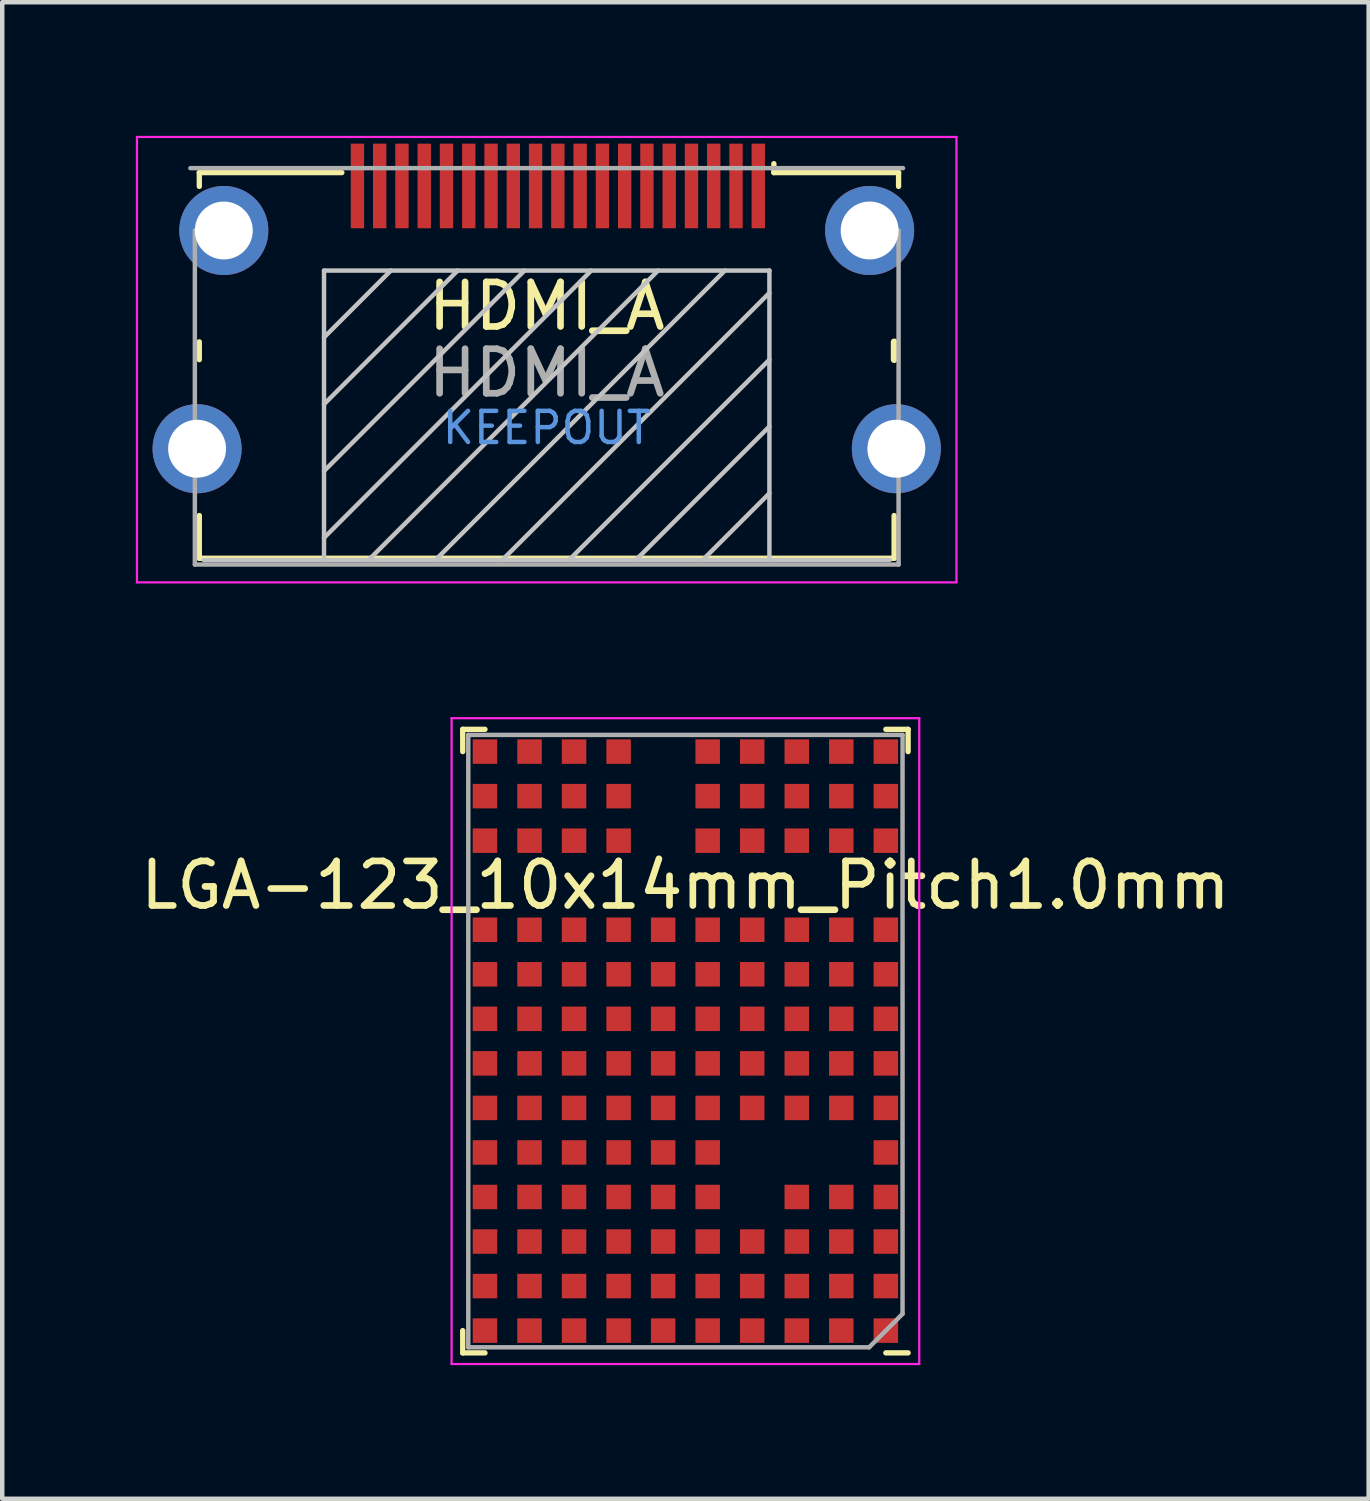
<source format=kicad_pcb>
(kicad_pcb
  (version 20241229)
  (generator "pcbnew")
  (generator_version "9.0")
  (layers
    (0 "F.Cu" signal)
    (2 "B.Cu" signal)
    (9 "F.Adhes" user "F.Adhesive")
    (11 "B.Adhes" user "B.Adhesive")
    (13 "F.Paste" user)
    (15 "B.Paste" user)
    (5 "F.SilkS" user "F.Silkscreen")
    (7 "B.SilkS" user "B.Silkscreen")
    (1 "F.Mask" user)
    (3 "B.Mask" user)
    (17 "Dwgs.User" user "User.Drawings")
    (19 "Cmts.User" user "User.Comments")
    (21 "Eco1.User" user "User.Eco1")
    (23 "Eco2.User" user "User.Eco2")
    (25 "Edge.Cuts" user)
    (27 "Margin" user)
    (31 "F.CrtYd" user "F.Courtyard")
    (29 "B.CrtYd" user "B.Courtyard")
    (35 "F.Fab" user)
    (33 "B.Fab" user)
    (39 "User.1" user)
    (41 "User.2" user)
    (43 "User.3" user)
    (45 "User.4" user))
  (footprint "LGA-123_10x14mm_Pitch1.0mm"
    (layer "F.Cu")
    (at 12.339 20.325)
    (property "Reference" "LGA-123_10x14mm_Pitch1.0mm" (at 0 -3.5 0) (layer "F.SilkS") (effects (font (size 1 1) (thickness 0.15))))
    (attr smd)
    (fp_line (start -5 -7) (end -5 -6.5) (stroke (width 0.12) (type solid)) (layer "F.SilkS"))
    (fp_line (start -5 7) (end -5 6.5) (stroke (width 0.12) (type solid)) (layer "F.SilkS"))
    (fp_line (start -4.5 -7) (end -5 -7) (stroke (width 0.12) (type solid)) (layer "F.SilkS"))
    (fp_line (start -4.5 7) (end -5 7) (stroke (width 0.12) (type solid)) (layer "F.SilkS"))
    (fp_line (start 4.5 -7) (end 5 -7) (stroke (width 0.12) (type solid)) (layer "F.SilkS"))
    (fp_line (start 5 -7) (end 5 -6.5) (stroke (width 0.12) (type solid)) (layer "F.SilkS"))
    (fp_line (start 5 7) (end 4.5 7) (stroke (width 0.12) (type solid)) (layer "F.SilkS"))
    (fp_line (start -5.25 -7.25) (end 5.25 -7.25) (stroke (width 0.05) (type solid)) (layer "F.CrtYd"))
    (fp_line (start -5.25 7.25) (end -5.25 -7.25) (stroke (width 0.05) (type solid)) (layer "F.CrtYd"))
    (fp_line (start 5.25 -7.25) (end 5.25 7.25) (stroke (width 0.05) (type solid)) (layer "F.CrtYd"))
    (fp_line (start 5.25 7.25) (end -5.25 7.25) (stroke (width 0.05) (type solid)) (layer "F.CrtYd"))
    (fp_line (start -4.875 6.875) (end -4.875 -6.875) (stroke (width 0.1) (type solid)) (layer "F.Fab"))
    (fp_line (start -4.875 6.875) (end 4.125 6.875) (stroke (width 0.1) (type solid)) (layer "F.Fab"))
    (fp_line (start 4.125 6.875) (end 4.875 6.125) (stroke (width 0.1) (type solid)) (layer "F.Fab"))
    (fp_line (start 4.875 -6.875) (end -4.875 -6.875) (stroke (width 0.1) (type solid)) (layer "F.Fab"))
    (fp_line (start 4.875 -6.875) (end 4.875 6.125) (stroke (width 0.1) (type solid)) (layer "F.Fab"))
    (pad "A1" smd rect (at 4.5 6.5) (size 0.55 0.55) (layers "F.Cu" "F.Mask" "F.Paste"))
    (pad "A2" smd rect (at 4.5 5.5) (size 0.55 0.55) (layers "F.Cu" "F.Mask" "F.Paste"))
    (pad "A3" smd rect (at 4.5 4.5) (size 0.55 0.55) (layers "F.Cu" "F.Mask" "F.Paste"))
    (pad "A4" smd rect (at 4.5 3.5) (size 0.55 0.55) (layers "F.Cu" "F.Mask" "F.Paste"))
    (pad "A5" smd rect (at 4.5 2.5) (size 0.55 0.55) (layers "F.Cu" "F.Mask" "F.Paste"))
    (pad "A6" smd rect (at 4.5 1.5) (size 0.55 0.55) (layers "F.Cu" "F.Mask" "F.Paste"))
    (pad "A7" smd rect (at 4.5 0.5) (size 0.55 0.55) (layers "F.Cu" "F.Mask" "F.Paste"))
    (pad "A8" smd rect (at 4.5 -0.5) (size 0.55 0.55) (layers "F.Cu" "F.Mask" "F.Paste"))
    (pad "A9" smd rect (at 4.5 -1.5) (size 0.55 0.55) (layers "F.Cu" "F.Mask" "F.Paste"))
    (pad "A10" smd rect (at 4.5 -2.5) (size 0.55 0.55) (layers "F.Cu" "F.Mask" "F.Paste"))
    (pad "A12" smd rect (at 4.5 -4.5) (size 0.55 0.55) (layers "F.Cu" "F.Mask" "F.Paste"))
    (pad "A13" smd rect (at 4.5 -5.5) (size 0.55 0.55) (layers "F.Cu" "F.Mask" "F.Paste"))
    (pad "A14" smd rect (at 4.5 -6.5) (size 0.55 0.55) (layers "F.Cu" "F.Mask" "F.Paste"))
    (pad "B1" smd rect (at 3.5 6.5) (size 0.55 0.55) (layers "F.Cu" "F.Mask" "F.Paste"))
    (pad "B2" smd rect (at 3.5 5.5) (size 0.55 0.55) (layers "F.Cu" "F.Mask" "F.Paste"))
    (pad "B3" smd rect (at 3.5 4.5) (size 0.55 0.55) (layers "F.Cu" "F.Mask" "F.Paste"))
    (pad "B4" smd rect (at 3.5 3.5) (size 0.55 0.55) (layers "F.Cu" "F.Mask" "F.Paste"))
    (pad "B6" smd rect (at 3.5 1.5) (size 0.55 0.55) (layers "F.Cu" "F.Mask" "F.Paste"))
    (pad "B7" smd rect (at 3.5 0.5) (size 0.55 0.55) (layers "F.Cu" "F.Mask" "F.Paste"))
    (pad "B8" smd rect (at 3.5 -0.5) (size 0.55 0.55) (layers "F.Cu" "F.Mask" "F.Paste"))
    (pad "B9" smd rect (at 3.5 -1.5) (size 0.55 0.55) (layers "F.Cu" "F.Mask" "F.Paste"))
    (pad "B10" smd rect (at 3.5 -2.5) (size 0.55 0.55) (layers "F.Cu" "F.Mask" "F.Paste"))
    (pad "B12" smd rect (at 3.5 -4.5) (size 0.55 0.55) (layers "F.Cu" "F.Mask" "F.Paste"))
    (pad "B13" smd rect (at 3.5 -5.5) (size 0.55 0.55) (layers "F.Cu" "F.Mask" "F.Paste"))
    (pad "B14" smd rect (at 3.5 -6.5) (size 0.55 0.55) (layers "F.Cu" "F.Mask" "F.Paste"))
    (pad "C1" smd rect (at 2.5 6.5) (size 0.55 0.55) (layers "F.Cu" "F.Mask" "F.Paste"))
    (pad "C2" smd rect (at 2.5 5.5) (size 0.55 0.55) (layers "F.Cu" "F.Mask" "F.Paste"))
    (pad "C3" smd rect (at 2.5 4.5) (size 0.55 0.55) (layers "F.Cu" "F.Mask" "F.Paste"))
    (pad "C4" smd rect (at 2.5 3.5) (size 0.55 0.55) (layers "F.Cu" "F.Mask" "F.Paste"))
    (pad "C6" smd rect (at 2.5 1.5) (size 0.55 0.55) (layers "F.Cu" "F.Mask" "F.Paste"))
    (pad "C7" smd rect (at 2.5 0.5) (size 0.55 0.55) (layers "F.Cu" "F.Mask" "F.Paste"))
    (pad "C8" smd rect (at 2.5 -0.5) (size 0.55 0.55) (layers "F.Cu" "F.Mask" "F.Paste"))
    (pad "C9" smd rect (at 2.5 -1.5) (size 0.55 0.55) (layers "F.Cu" "F.Mask" "F.Paste"))
    (pad "C10" smd rect (at 2.5 -2.5) (size 0.55 0.55) (layers "F.Cu" "F.Mask" "F.Paste"))
    (pad "C12" smd rect (at 2.5 -4.5) (size 0.55 0.55) (layers "F.Cu" "F.Mask" "F.Paste"))
    (pad "C13" smd rect (at 2.5 -5.5) (size 0.55 0.55) (layers "F.Cu" "F.Mask" "F.Paste"))
    (pad "C14" smd rect (at 2.5 -6.5) (size 0.55 0.55) (layers "F.Cu" "F.Mask" "F.Paste"))
    (pad "D1" smd rect (at 1.5 6.5) (size 0.55 0.55) (layers "F.Cu" "F.Mask" "F.Paste"))
    (pad "D2" smd rect (at 1.5 5.5) (size 0.55 0.55) (layers "F.Cu" "F.Mask" "F.Paste"))
    (pad "D3" smd rect (at 1.5 4.5) (size 0.55 0.55) (layers "F.Cu" "F.Mask" "F.Paste"))
    (pad "D6" smd rect (at 1.5 1.5) (size 0.55 0.55) (layers "F.Cu" "F.Mask" "F.Paste"))
    (pad "D7" smd rect (at 1.5 0.5) (size 0.55 0.55) (layers "F.Cu" "F.Mask" "F.Paste"))
    (pad "D8" smd rect (at 1.5 -0.5) (size 0.55 0.55) (layers "F.Cu" "F.Mask" "F.Paste"))
    (pad "D9" smd rect (at 1.5 -1.5) (size 0.55 0.55) (layers "F.Cu" "F.Mask" "F.Paste"))
    (pad "D10" smd rect (at 1.5 -2.5) (size 0.55 0.55) (layers "F.Cu" "F.Mask" "F.Paste"))
    (pad "D12" smd rect (at 1.5 -4.5) (size 0.55 0.55) (layers "F.Cu" "F.Mask" "F.Paste"))
    (pad "D13" smd rect (at 1.5 -5.5) (size 0.55 0.55) (layers "F.Cu" "F.Mask" "F.Paste"))
    (pad "D14" smd rect (at 1.5 -6.5) (size 0.55 0.55) (layers "F.Cu" "F.Mask" "F.Paste"))
    (pad "E1" smd rect (at 0.5 6.5) (size 0.55 0.55) (layers "F.Cu" "F.Mask" "F.Paste"))
    (pad "E2" smd rect (at 0.5 5.5) (size 0.55 0.55) (layers "F.Cu" "F.Mask" "F.Paste"))
    (pad "E3" smd rect (at 0.5 4.5) (size 0.55 0.55) (layers "F.Cu" "F.Mask" "F.Paste"))
    (pad "E4" smd rect (at 0.5 3.5) (size 0.55 0.55) (layers "F.Cu" "F.Mask" "F.Paste"))
    (pad "E5" smd rect (at 0.5 2.5) (size 0.55 0.55) (layers "F.Cu" "F.Mask" "F.Paste"))
    (pad "E6" smd rect (at 0.5 1.5) (size 0.55 0.55) (layers "F.Cu" "F.Mask" "F.Paste"))
    (pad "E7" smd rect (at 0.5 0.5) (size 0.55 0.55) (layers "F.Cu" "F.Mask" "F.Paste"))
    (pad "E8" smd rect (at 0.5 -0.5) (size 0.55 0.55) (layers "F.Cu" "F.Mask" "F.Paste"))
    (pad "E9" smd rect (at 0.5 -1.5) (size 0.55 0.55) (layers "F.Cu" "F.Mask" "F.Paste"))
    (pad "E10" smd rect (at 0.5 -2.5) (size 0.55 0.55) (layers "F.Cu" "F.Mask" "F.Paste"))
    (pad "E12" smd rect (at 0.5 -4.5) (size 0.55 0.55) (layers "F.Cu" "F.Mask" "F.Paste"))
    (pad "E13" smd rect (at 0.5 -5.5) (size 0.55 0.55) (layers "F.Cu" "F.Mask" "F.Paste"))
    (pad "E14" smd rect (at 0.5 -6.5) (size 0.55 0.55) (layers "F.Cu" "F.Mask" "F.Paste"))
    (pad "F1" smd rect (at -0.5 6.5) (size 0.55 0.55) (layers "F.Cu" "F.Mask" "F.Paste"))
    (pad "F2" smd rect (at -0.5 5.5) (size 0.55 0.55) (layers "F.Cu" "F.Mask" "F.Paste"))
    (pad "F3" smd rect (at -0.5 4.5) (size 0.55 0.55) (layers "F.Cu" "F.Mask" "F.Paste"))
    (pad "F4" smd rect (at -0.5 3.5) (size 0.55 0.55) (layers "F.Cu" "F.Mask" "F.Paste"))
    (pad "F5" smd rect (at -0.5 2.5) (size 0.55 0.55) (layers "F.Cu" "F.Mask" "F.Paste"))
    (pad "F6" smd rect (at -0.5 1.5) (size 0.55 0.55) (layers "F.Cu" "F.Mask" "F.Paste"))
    (pad "F7" smd rect (at -0.5 0.5) (size 0.55 0.55) (layers "F.Cu" "F.Mask" "F.Paste"))
    (pad "F8" smd rect (at -0.5 -0.5) (size 0.55 0.55) (layers "F.Cu" "F.Mask" "F.Paste"))
    (pad "F9" smd rect (at -0.5 -1.5) (size 0.55 0.55) (layers "F.Cu" "F.Mask" "F.Paste"))
    (pad "F10" smd rect (at -0.5 -2.5) (size 0.55 0.55) (layers "F.Cu" "F.Mask" "F.Paste"))
    (pad "G1" smd rect (at -1.5 6.5) (size 0.55 0.55) (layers "F.Cu" "F.Mask" "F.Paste"))
    (pad "G2" smd rect (at -1.5 5.5) (size 0.55 0.55) (layers "F.Cu" "F.Mask" "F.Paste"))
    (pad "G3" smd rect (at -1.5 4.5) (size 0.55 0.55) (layers "F.Cu" "F.Mask" "F.Paste"))
    (pad "G4" smd rect (at -1.5 3.5) (size 0.55 0.55) (layers "F.Cu" "F.Mask" "F.Paste"))
    (pad "G5" smd rect (at -1.5 2.5) (size 0.55 0.55) (layers "F.Cu" "F.Mask" "F.Paste"))
    (pad "G6" smd rect (at -1.5 1.5) (size 0.55 0.55) (layers "F.Cu" "F.Mask" "F.Paste"))
    (pad "G7" smd rect (at -1.5 0.5) (size 0.55 0.55) (layers "F.Cu" "F.Mask" "F.Paste"))
    (pad "G8" smd rect (at -1.5 -0.5) (size 0.55 0.55) (layers "F.Cu" "F.Mask" "F.Paste"))
    (pad "G9" smd rect (at -1.5 -1.5) (size 0.55 0.55) (layers "F.Cu" "F.Mask" "F.Paste"))
    (pad "G10" smd rect (at -1.5 -2.5) (size 0.55 0.55) (layers "F.Cu" "F.Mask" "F.Paste"))
    (pad "G12" smd rect (at -1.5 -4.5) (size 0.55 0.55) (layers "F.Cu" "F.Mask" "F.Paste"))
    (pad "G13" smd rect (at -1.5 -5.5) (size 0.55 0.55) (layers "F.Cu" "F.Mask" "F.Paste"))
    (pad "G14" smd rect (at -1.5 -6.5) (size 0.55 0.55) (layers "F.Cu" "F.Mask" "F.Paste"))
    (pad "H1" smd rect (at -2.5 6.5) (size 0.55 0.55) (layers "F.Cu" "F.Mask" "F.Paste"))
    (pad "H2" smd rect (at -2.5 5.5) (size 0.55 0.55) (layers "F.Cu" "F.Mask" "F.Paste"))
    (pad "H3" smd rect (at -2.5 4.5) (size 0.55 0.55) (layers "F.Cu" "F.Mask" "F.Paste"))
    (pad "H4" smd rect (at -2.5 3.5) (size 0.55 0.55) (layers "F.Cu" "F.Mask" "F.Paste"))
    (pad "H5" smd rect (at -2.5 2.5) (size 0.55 0.55) (layers "F.Cu" "F.Mask" "F.Paste"))
    (pad "H6" smd rect (at -2.5 1.5) (size 0.55 0.55) (layers "F.Cu" "F.Mask" "F.Paste"))
    (pad "H7" smd rect (at -2.5 0.5) (size 0.55 0.55) (layers "F.Cu" "F.Mask" "F.Paste"))
    (pad "H8" smd rect (at -2.5 -0.5) (size 0.55 0.55) (layers "F.Cu" "F.Mask" "F.Paste"))
    (pad "H9" smd rect (at -2.5 -1.5) (size 0.55 0.55) (layers "F.Cu" "F.Mask" "F.Paste"))
    (pad "H10" smd rect (at -2.5 -2.5) (size 0.55 0.55) (layers "F.Cu" "F.Mask" "F.Paste"))
    (pad "H12" smd rect (at -2.5 -4.5) (size 0.55 0.55) (layers "F.Cu" "F.Mask" "F.Paste"))
    (pad "H13" smd rect (at -2.5 -5.5) (size 0.55 0.55) (layers "F.Cu" "F.Mask" "F.Paste"))
    (pad "H14" smd rect (at -2.5 -6.5) (size 0.55 0.55) (layers "F.Cu" "F.Mask" "F.Paste"))
    (pad "J1" smd rect (at -3.5 6.5) (size 0.55 0.55) (layers "F.Cu" "F.Mask" "F.Paste"))
    (pad "J2" smd rect (at -3.5 5.5) (size 0.55 0.55) (layers "F.Cu" "F.Mask" "F.Paste"))
    (pad "J3" smd rect (at -3.5 4.5) (size 0.55 0.55) (layers "F.Cu" "F.Mask" "F.Paste"))
    (pad "J4" smd rect (at -3.5 3.5) (size 0.55 0.55) (layers "F.Cu" "F.Mask" "F.Paste"))
    (pad "J5" smd rect (at -3.5 2.5) (size 0.55 0.55) (layers "F.Cu" "F.Mask" "F.Paste"))
    (pad "J6" smd rect (at -3.5 1.5) (size 0.55 0.55) (layers "F.Cu" "F.Mask" "F.Paste"))
    (pad "J7" smd rect (at -3.5 0.5) (size 0.55 0.55) (layers "F.Cu" "F.Mask" "F.Paste"))
    (pad "J8" smd rect (at -3.5 -0.5) (size 0.55 0.55) (layers "F.Cu" "F.Mask" "F.Paste"))
    (pad "J9" smd rect (at -3.5 -1.5) (size 0.55 0.55) (layers "F.Cu" "F.Mask" "F.Paste"))
    (pad "J10" smd rect (at -3.5 -2.5) (size 0.55 0.55) (layers "F.Cu" "F.Mask" "F.Paste"))
    (pad "J12" smd rect (at -3.5 -4.5) (size 0.55 0.55) (layers "F.Cu" "F.Mask" "F.Paste"))
    (pad "J13" smd rect (at -3.5 -5.5) (size 0.55 0.55) (layers "F.Cu" "F.Mask" "F.Paste"))
    (pad "J14" smd rect (at -3.5 -6.5) (size 0.55 0.55) (layers "F.Cu" "F.Mask" "F.Paste"))
    (pad "K1" smd rect (at -4.5 6.5) (size 0.55 0.55) (layers "F.Cu" "F.Mask" "F.Paste"))
    (pad "K2" smd rect (at -4.5 5.5) (size 0.55 0.55) (layers "F.Cu" "F.Mask" "F.Paste"))
    (pad "K3" smd rect (at -4.5 4.5) (size 0.55 0.55) (layers "F.Cu" "F.Mask" "F.Paste"))
    (pad "K4" smd rect (at -4.5 3.5) (size 0.55 0.55) (layers "F.Cu" "F.Mask" "F.Paste"))
    (pad "K5" smd rect (at -4.5 2.5) (size 0.55 0.55) (layers "F.Cu" "F.Mask" "F.Paste"))
    (pad "K6" smd rect (at -4.5 1.5) (size 0.55 0.55) (layers "F.Cu" "F.Mask" "F.Paste"))
    (pad "K7" smd rect (at -4.5 0.5) (size 0.55 0.55) (layers "F.Cu" "F.Mask" "F.Paste"))
    (pad "K8" smd rect (at -4.5 -0.5) (size 0.55 0.55) (layers "F.Cu" "F.Mask" "F.Paste"))
    (pad "K9" smd rect (at -4.5 -1.5) (size 0.55 0.55) (layers "F.Cu" "F.Mask" "F.Paste"))
    (pad "K10" smd rect (at -4.5 -2.5) (size 0.55 0.55) (layers "F.Cu" "F.Mask" "F.Paste"))
    (pad "K12" smd rect (at -4.5 -4.5) (size 0.55 0.55) (layers "F.Cu" "F.Mask" "F.Paste"))
    (pad "K13" smd rect (at -4.5 -5.5) (size 0.55 0.55) (layers "F.Cu" "F.Mask" "F.Paste"))
    (pad "K14" smd rect (at -4.5 -6.5) (size 0.55 0.55) (layers "F.Cu" "F.Mask" "F.Paste")))
  (footprint "HDMI_A"
    (layer "F.Cu")
    (at 9.225 7.025)
    (property "Reference" "HDMI_A" (at 0 -3.2 0) (layer "F.SilkS") (effects (font (size 1 1) (thickness 0.15))))
    (attr smd)
    (fp_line (start -7.8 -6.2) (end -4.6 -6.2) (stroke (width 0.12) (type solid)) (layer "F.SilkS"))
    (fp_line (start -7.8 -5.89) (end -7.8 -6.2) (stroke (width 0.12) (type solid)) (layer "F.SilkS"))
    (fp_line (start -7.8 -2) (end -7.8 -2.4) (stroke (width 0.12) (type solid)) (layer "F.SilkS"))
    (fp_line (start -7.8 2.46) (end -7.8 1.5) (stroke (width 0.12) (type solid)) (layer "F.SilkS"))
    (fp_line (start -7.8 2.46) (end 7.8 2.46) (stroke (width 0.12) (type solid)) (layer "F.SilkS"))
    (fp_line (start 5.1 -6.2) (end 5.1 -6.4) (stroke (width 0.12) (type solid)) (layer "F.SilkS"))
    (fp_line (start 5.1 -6.2) (end 7.9 -6.2) (stroke (width 0.12) (type solid)) (layer "F.SilkS"))
    (fp_line (start 7.8 -2.4) (end 7.8 -2) (stroke (width 0.15) (type solid)) (layer "F.SilkS"))
    (fp_line (start 7.8 1.5) (end 7.8 2.46) (stroke (width 0.12) (type solid)) (layer "F.SilkS"))
    (fp_line (start 7.9 -6.2) (end 7.9 -5.89) (stroke (width 0.12) (type solid)) (layer "F.SilkS"))
    (fp_line (start -7.7 2.5) (end 7.7 2.5) (stroke (width 0.1) (type solid)) (layer "Dwgs.User"))
    (fp_line (start -5 -4) (end 5 -4) (stroke (width 0.1) (type solid)) (layer "Dwgs.User"))
    (fp_line (start -5 -2.5) (end -3.5 -4) (stroke (width 0.1) (type solid)) (layer "Dwgs.User"))
    (fp_line (start -5 -1) (end -2 -4) (stroke (width 0.1) (type solid)) (layer "Dwgs.User"))
    (fp_line (start -5 0.5) (end -0.5 -4) (stroke (width 0.1) (type solid)) (layer "Dwgs.User"))
    (fp_line (start -5 2) (end 1 -4) (stroke (width 0.1) (type solid)) (layer "Dwgs.User"))
    (fp_line (start -5 2.5) (end -5 -4) (stroke (width 0.1) (type solid)) (layer "Dwgs.User"))
    (fp_line (start -4 2.5) (end 2.5 -4) (stroke (width 0.1) (type solid)) (layer "Dwgs.User"))
    (fp_line (start -2.5 2.5) (end 4 -4) (stroke (width 0.1) (type solid)) (layer "Dwgs.User"))
    (fp_line (start -1 2.5) (end 5 -3.5) (stroke (width 0.1) (type solid)) (layer "Dwgs.User"))
    (fp_line (start 0.5 2.5) (end 5 -2) (stroke (width 0.1) (type solid)) (layer "Dwgs.User"))
    (fp_line (start 2 2.5) (end 5 -0.5) (stroke (width 0.1) (type solid)) (layer "Dwgs.User"))
    (fp_line (start 3.5 2.5) (end 5 1) (stroke (width 0.1) (type solid)) (layer "Dwgs.User"))
    (fp_line (start 5 -4) (end 5 2.5) (stroke (width 0.1) (type solid)) (layer "Dwgs.User"))
    (fp_line (start -9.2 -7) (end -9.2 3) (stroke (width 0.05) (type solid)) (layer "F.CrtYd"))
    (fp_line (start -9.2 3) (end 9.2 3) (stroke (width 0.05) (type solid)) (layer "F.CrtYd"))
    (fp_line (start 9.2 -7) (end -9.2 -7) (stroke (width 0.05) (type solid)) (layer "F.CrtYd"))
    (fp_line (start 9.2 3) (end 9.2 -7) (stroke (width 0.05) (type solid)) (layer "F.CrtYd"))
    (fp_line (start -8 -6.3) (end 8 -6.3) (stroke (width 0.1) (type solid)) (layer "F.Fab"))
    (fp_line (start -7.9 2.6) (end -7.9 -4.9) (stroke (width 0.1) (type solid)) (layer "F.Fab"))
    (fp_line (start 7.9 -4.9) (end 7.9 2.6) (stroke (width 0.1) (type solid)) (layer "F.Fab"))
    (fp_line (start 7.9 2.6) (end -7.9 2.6) (stroke (width 0.1) (type solid)) (layer "F.Fab"))
    (fp_text user "KEEPOUT" (at 0 -0.47 0) (layer "Cmts.User") (effects (font (size 0.7 0.7) (thickness 0.1))))
    (fp_text user "${REFERENCE}" (at 0 -1.7 0) (layer "F.Fab") (effects (font (size 1 1) (thickness 0.15))))
    (pad "1" smd rect (at 4.75 -5.9) (size 0.3 1.9) (layers "F.Cu" "F.Mask" "F.Paste"))
    (pad "2" smd rect (at 4.25 -5.9) (size 0.3 1.9) (layers "F.Cu" "F.Mask" "F.Paste"))
    (pad "3" smd rect (at 3.75 -5.9) (size 0.3 1.9) (layers "F.Cu" "F.Mask" "F.Paste"))
    (pad "4" smd rect (at 3.25 -5.9) (size 0.3 1.9) (layers "F.Cu" "F.Mask" "F.Paste"))
    (pad "5" smd rect (at 2.75 -5.9) (size 0.3 1.9) (layers "F.Cu" "F.Mask" "F.Paste"))
    (pad "6" smd rect (at 2.25 -5.9) (size 0.3 1.9) (layers "F.Cu" "F.Mask" "F.Paste"))
    (pad "7" smd rect (at 1.75 -5.9) (size 0.3 1.9) (layers "F.Cu" "F.Mask" "F.Paste"))
    (pad "8" smd rect (at 1.25 -5.9) (size 0.3 1.9) (layers "F.Cu" "F.Mask" "F.Paste"))
    (pad "9" smd rect (at 0.75 -5.9) (size 0.3 1.9) (layers "F.Cu" "F.Mask" "F.Paste"))
    (pad "10" smd rect (at 0.25 -5.9) (size 0.3 1.9) (layers "F.Cu" "F.Mask" "F.Paste"))
    (pad "11" smd rect (at -0.25 -5.9) (size 0.3 1.9) (layers "F.Cu" "F.Mask" "F.Paste"))
    (pad "12" smd rect (at -0.75 -5.9) (size 0.3 1.9) (layers "F.Cu" "F.Mask" "F.Paste"))
    (pad "13" smd rect (at -1.25 -5.9) (size 0.3 1.9) (layers "F.Cu" "F.Mask" "F.Paste"))
    (pad "14" smd rect (at -1.75 -5.9) (size 0.3 1.9) (layers "F.Cu" "F.Mask" "F.Paste"))
    (pad "15" smd rect (at -2.25 -5.9) (size 0.3 1.9) (layers "F.Cu" "F.Mask" "F.Paste"))
    (pad "16" smd rect (at -2.75 -5.9) (size 0.3 1.9) (layers "F.Cu" "F.Mask" "F.Paste"))
    (pad "17" smd rect (at -3.25 -5.9) (size 0.3 1.9) (layers "F.Cu" "F.Mask" "F.Paste"))
    (pad "18" smd rect (at -3.75 -5.9) (size 0.3 1.9) (layers "F.Cu" "F.Mask" "F.Paste"))
    (pad "19" smd rect (at -4.25 -5.9) (size 0.3 1.9) (layers "F.Cu" "F.Mask" "F.Paste"))
    (pad "SH" thru_hole circle (at -7.85 0) (size 2 2) (drill 1.3) (layers "*.Cu" "*.Mask"))
    (pad "SH" thru_hole circle (at -7.25 -4.9) (size 2 2) (drill 1.3) (layers "*.Cu" "*.Mask"))
    (pad "SH" thru_hole circle (at 7.25 -4.9) (size 2 2) (drill 1.3) (layers "*.Cu" "*.Mask"))
    (pad "SH" thru_hole circle (at 7.85 0) (size 2 2) (drill 1.3) (layers "*.Cu" "*.Mask")))
  (gr_rect
    (start -3 -3)
    (end 27.679 30.6)
    (stroke (width 0.1) (type default))
    (fill no)
    (layer "Edge.Cuts")))
</source>
